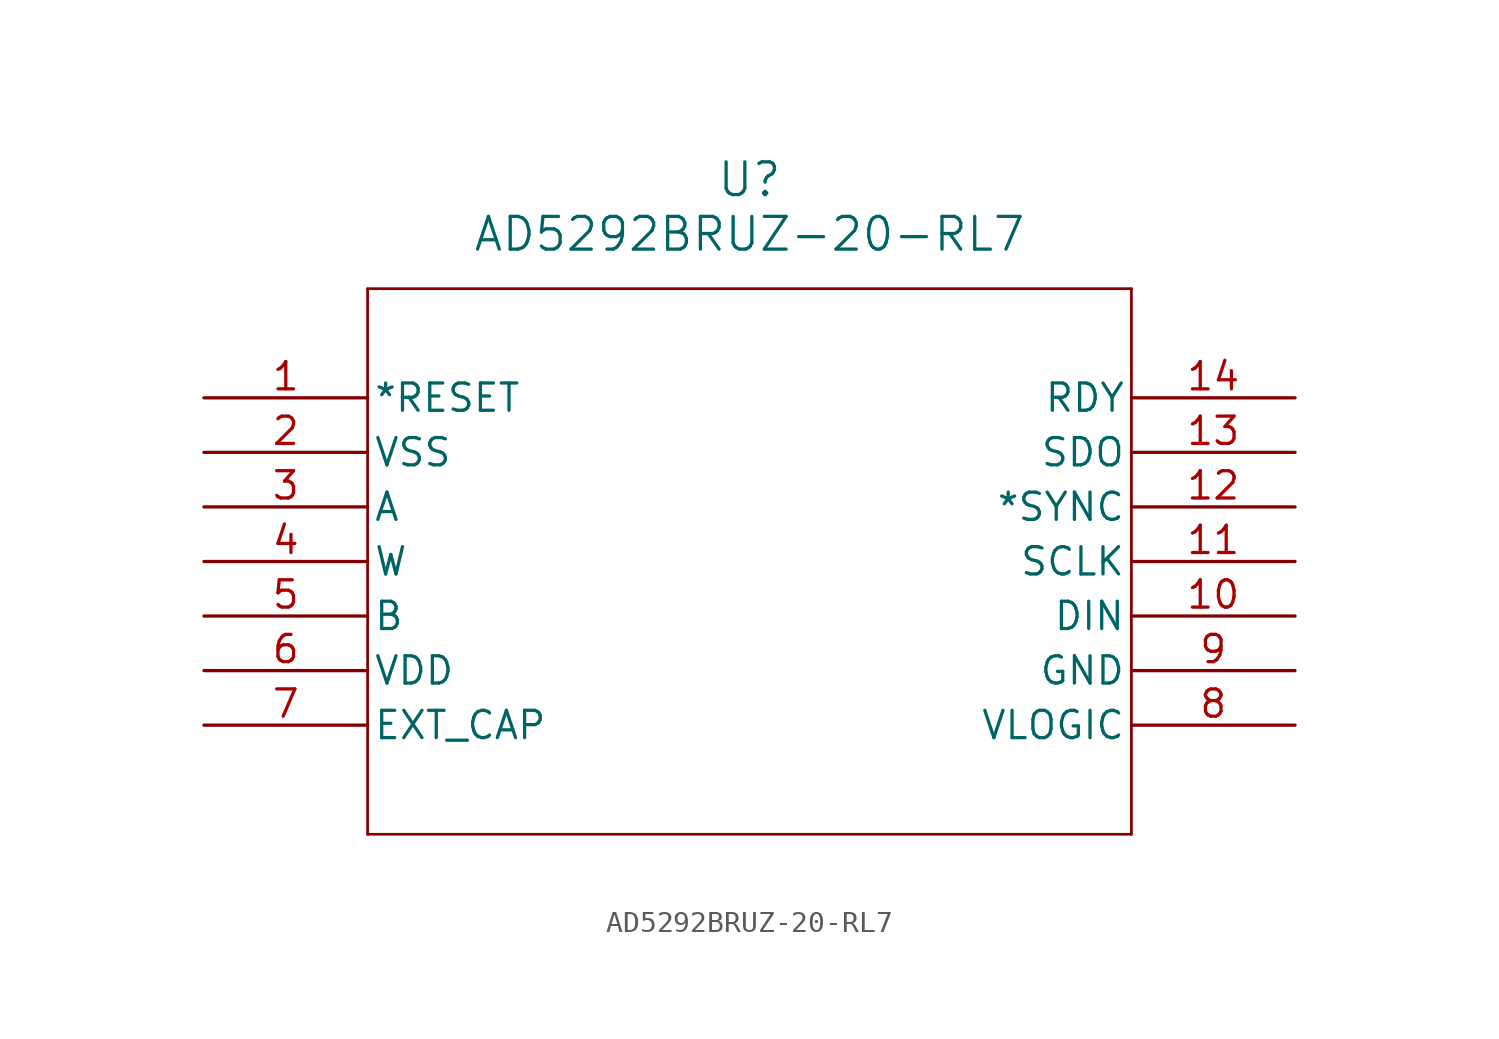
<source format=kicad_sym>
(kicad_symbol_lib
  (version 20211014)
  (generator kicad_symbol_editor)
  (symbol "AD5292BRUZ-20-RL7"
    (pin_names
      (offset 0.254))
    (property "Reference" "U"
      (at 25.4 10.16 0)
      (effects (font (size 1.524 1.524))))
    (property "Value" "AD5292BRUZ-20-RL7"
      (at 25.4 7.62 0)
      (effects (font (size 1.524 1.524))))
    (symbol "AD5292BRUZ-20-RL7_0_1"
      (polyline (pts (xy 7.62 5.08) (xy 7.62 -20.32)) (stroke (width 0.127) (type default) (color 0 0 0 0)) (fill (type none)))
      (polyline (pts (xy 7.62 -20.32) (xy 43.18 -20.32)) (stroke (width 0.127) (type default) (color 0 0 0 0)) (fill (type none)))
      (polyline (pts (xy 43.18 -20.32) (xy 43.18 5.08)) (stroke (width 0.127) (type default) (color 0 0 0 0)) (fill (type none)))
      (polyline (pts (xy 43.18 5.08) (xy 7.62 5.08)) (stroke (width 0.127) (type default) (color 0 0 0 0)) (fill (type none)))
      (pin input line (at 0 0 0) (length 7.62) (name "*RESET" (effects (font (size 1.27 1.27)))) (number "1" (effects (font (size 1.27 1.27)))))
      (pin power_out line (at 0 -2.54 0) (length 7.62) (name "VSS" (effects (font (size 1.27 1.27)))) (number "2" (effects (font (size 1.27 1.27)))))
      (pin unspecified line (at 0 -5.08 0) (length 7.62) (name "A" (effects (font (size 1.27 1.27)))) (number "3" (effects (font (size 1.27 1.27)))))
      (pin unspecified line (at 0 -7.62 0) (length 7.62) (name "W" (effects (font (size 1.27 1.27)))) (number "4" (effects (font (size 1.27 1.27)))))
      (pin unspecified line (at 0 -10.16 0) (length 7.62) (name "B" (effects (font (size 1.27 1.27)))) (number "5" (effects (font (size 1.27 1.27)))))
      (pin power_in line (at 0 -12.7 0) (length 7.62) (name "VDD" (effects (font (size 1.27 1.27)))) (number "6" (effects (font (size 1.27 1.27)))))
      (pin power_in line (at 0 -15.24 0) (length 7.62) (name "EXT_CAP" (effects (font (size 1.27 1.27)))) (number "7" (effects (font (size 1.27 1.27)))))
      (pin power_in line (at 50.8 -15.24 180) (length 7.62) (name "VLOGIC" (effects (font (size 1.27 1.27)))) (number "8" (effects (font (size 1.27 1.27)))))
      (pin power_out line (at 50.8 -12.7 180) (length 7.62) (name "GND" (effects (font (size 1.27 1.27)))) (number "9" (effects (font (size 1.27 1.27)))))
      (pin input line (at 50.8 -10.16 180) (length 7.62) (name "DIN" (effects (font (size 1.27 1.27)))) (number "10" (effects (font (size 1.27 1.27)))))
      (pin input line (at 50.8 -7.62 180) (length 7.62) (name "SCLK" (effects (font (size 1.27 1.27)))) (number "11" (effects (font (size 1.27 1.27)))))
      (pin input line (at 50.8 -5.08 180) (length 7.62) (name "*SYNC" (effects (font (size 1.27 1.27)))) (number "12" (effects (font (size 1.27 1.27)))))
      (pin output line (at 50.8 -2.54 180) (length 7.62) (name "SDO" (effects (font (size 1.27 1.27)))) (number "13" (effects (font (size 1.27 1.27)))))
      (pin output line (at 50.8 0 180) (length 7.62) (name "RDY" (effects (font (size 1.27 1.27)))) (number "14" (effects (font (size 1.27 1.27))))))))
</source>
